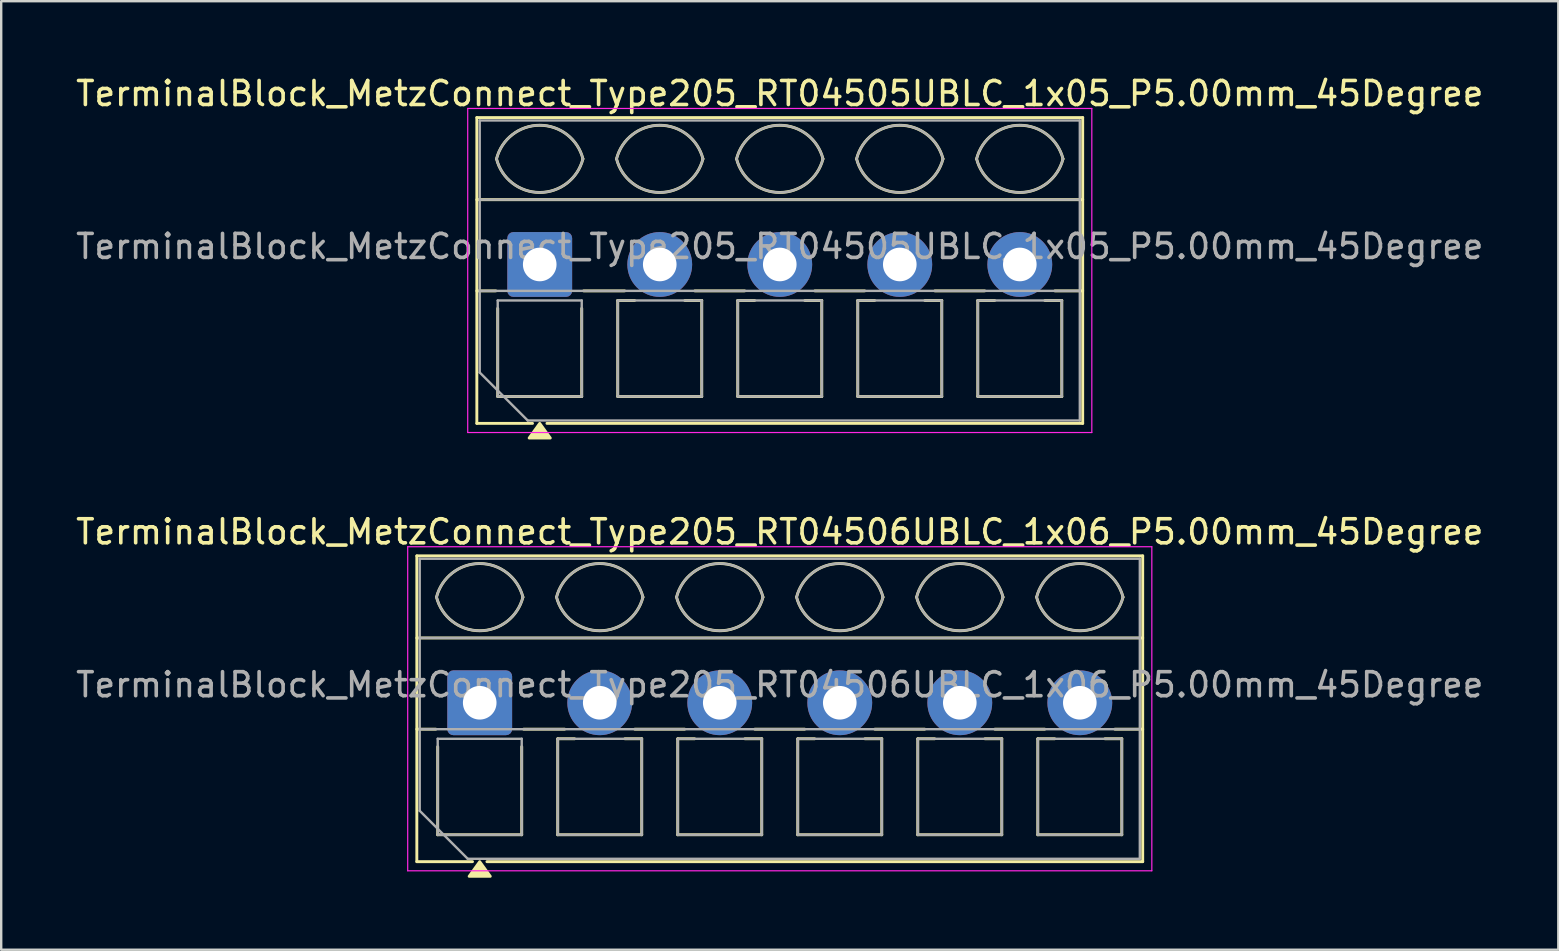
<source format=kicad_pcb>
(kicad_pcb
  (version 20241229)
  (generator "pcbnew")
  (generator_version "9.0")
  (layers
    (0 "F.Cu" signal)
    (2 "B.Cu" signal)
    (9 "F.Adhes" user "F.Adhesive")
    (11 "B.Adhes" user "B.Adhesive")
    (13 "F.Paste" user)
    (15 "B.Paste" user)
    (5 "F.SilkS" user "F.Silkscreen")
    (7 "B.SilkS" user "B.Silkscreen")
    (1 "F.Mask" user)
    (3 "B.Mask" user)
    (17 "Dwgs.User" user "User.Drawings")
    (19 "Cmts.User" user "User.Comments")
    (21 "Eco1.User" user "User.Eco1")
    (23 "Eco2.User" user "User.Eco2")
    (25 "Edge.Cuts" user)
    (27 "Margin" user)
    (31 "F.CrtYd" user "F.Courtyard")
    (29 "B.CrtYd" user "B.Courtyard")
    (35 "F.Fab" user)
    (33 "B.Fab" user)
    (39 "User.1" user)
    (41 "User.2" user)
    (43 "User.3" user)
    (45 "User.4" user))
  (footprint "TerminalBlock_MetzConnect_Type205_RT04506UBLC_1x06_P5.00mm_45Degree"
    (layer "F.Cu")
    (at 16.935 26.227)
    (property "Reference" "TerminalBlock_MetzConnect_Type205_RT04506UBLC_1x06_P5.00mm_45Degree" (at 12.5 -7.12 0) (layer "F.SilkS") (effects (font (size 1 1) (thickness 0.15))))
    (attr through_hole)
    (fp_line (start -2.62 -6.12) (end 27.62 -6.12) (stroke (width 0.12) (type solid)) (layer "F.SilkS"))
    (fp_line (start -2.62 -2.7) (end 27.62 -2.7) (stroke (width 0.12) (type solid)) (layer "F.SilkS"))
    (fp_line (start -2.62 1.1) (end -1.83 1.1) (stroke (width 0.12) (type solid)) (layer "F.SilkS"))
    (fp_line (start -2.62 6.62) (end -2.62 -6.12) (stroke (width 0.12) (type solid)) (layer "F.SilkS"))
    (fp_line (start -1.75 5.5) (end -1.75 1.83) (stroke (width 0.12) (type solid)) (layer "F.SilkS"))
    (fp_line (start -0.3 6.62) (end -2.62 6.62) (stroke (width 0.12) (type solid)) (layer "F.SilkS"))
    (fp_line (start 1.75 1.83) (end 1.75 5.5) (stroke (width 0.12) (type solid)) (layer "F.SilkS"))
    (fp_line (start 1.75 5.5) (end -1.75 5.5) (stroke (width 0.12) (type solid)) (layer "F.SilkS"))
    (fp_line (start 1.83 1.1) (end 3.538 1.1) (stroke (width 0.12) (type solid)) (layer "F.SilkS"))
    (fp_line (start 3.25 1.5) (end 3.952 1.5) (stroke (width 0.12) (type solid)) (layer "F.SilkS"))
    (fp_line (start 3.25 5.5) (end 3.25 1.5) (stroke (width 0.12) (type solid)) (layer "F.SilkS"))
    (fp_line (start 6.048 1.5) (end 6.75 1.5) (stroke (width 0.12) (type solid)) (layer "F.SilkS"))
    (fp_line (start 6.462 1.1) (end 8.538 1.1) (stroke (width 0.12) (type solid)) (layer "F.SilkS"))
    (fp_line (start 6.75 1.5) (end 6.75 5.5) (stroke (width 0.12) (type solid)) (layer "F.SilkS"))
    (fp_line (start 6.75 5.5) (end 3.25 5.5) (stroke (width 0.12) (type solid)) (layer "F.SilkS"))
    (fp_line (start 8.25 1.5) (end 8.952 1.5) (stroke (width 0.12) (type solid)) (layer "F.SilkS"))
    (fp_line (start 8.25 5.5) (end 8.25 1.5) (stroke (width 0.12) (type solid)) (layer "F.SilkS"))
    (fp_line (start 11.048 1.5) (end 11.75 1.5) (stroke (width 0.12) (type solid)) (layer "F.SilkS"))
    (fp_line (start 11.462 1.1) (end 13.538 1.1) (stroke (width 0.12) (type solid)) (layer "F.SilkS"))
    (fp_line (start 11.75 1.5) (end 11.75 5.5) (stroke (width 0.12) (type solid)) (layer "F.SilkS"))
    (fp_line (start 11.75 5.5) (end 8.25 5.5) (stroke (width 0.12) (type solid)) (layer "F.SilkS"))
    (fp_line (start 13.25 1.5) (end 13.952 1.5) (stroke (width 0.12) (type solid)) (layer "F.SilkS"))
    (fp_line (start 13.25 5.5) (end 13.25 1.5) (stroke (width 0.12) (type solid)) (layer "F.SilkS"))
    (fp_line (start 16.048 1.5) (end 16.75 1.5) (stroke (width 0.12) (type solid)) (layer "F.SilkS"))
    (fp_line (start 16.462 1.1) (end 18.538 1.1) (stroke (width 0.12) (type solid)) (layer "F.SilkS"))
    (fp_line (start 16.75 1.5) (end 16.75 5.5) (stroke (width 0.12) (type solid)) (layer "F.SilkS"))
    (fp_line (start 16.75 5.5) (end 13.25 5.5) (stroke (width 0.12) (type solid)) (layer "F.SilkS"))
    (fp_line (start 18.25 1.5) (end 18.952 1.5) (stroke (width 0.12) (type solid)) (layer "F.SilkS"))
    (fp_line (start 18.25 5.5) (end 18.25 1.5) (stroke (width 0.12) (type solid)) (layer "F.SilkS"))
    (fp_line (start 21.048 1.5) (end 21.75 1.5) (stroke (width 0.12) (type solid)) (layer "F.SilkS"))
    (fp_line (start 21.462 1.1) (end 23.538 1.1) (stroke (width 0.12) (type solid)) (layer "F.SilkS"))
    (fp_line (start 21.75 1.5) (end 21.75 5.5) (stroke (width 0.12) (type solid)) (layer "F.SilkS"))
    (fp_line (start 21.75 5.5) (end 18.25 5.5) (stroke (width 0.12) (type solid)) (layer "F.SilkS"))
    (fp_line (start 23.25 1.5) (end 23.952 1.5) (stroke (width 0.12) (type solid)) (layer "F.SilkS"))
    (fp_line (start 23.25 5.5) (end 23.25 1.5) (stroke (width 0.12) (type solid)) (layer "F.SilkS"))
    (fp_line (start 26.048 1.5) (end 26.75 1.5) (stroke (width 0.12) (type solid)) (layer "F.SilkS"))
    (fp_line (start 26.462 1.1) (end 27.62 1.1) (stroke (width 0.12) (type solid)) (layer "F.SilkS"))
    (fp_line (start 26.75 1.5) (end 26.75 5.5) (stroke (width 0.12) (type solid)) (layer "F.SilkS"))
    (fp_line (start 26.75 5.5) (end 23.25 5.5) (stroke (width 0.12) (type solid)) (layer "F.SilkS"))
    (fp_line (start 27.62 -6.12) (end 27.62 6.62) (stroke (width 0.12) (type solid)) (layer "F.SilkS"))
    (fp_line (start 27.62 6.62) (end 0.3 6.62) (stroke (width 0.12) (type solid)) (layer "F.SilkS"))
    (fp_arc (start -1.8 -4.4) (mid 0 -5.8) (end 1.8 -4.4) (stroke (width 0.12) (type solid)) (layer "F.SilkS"))
    (fp_arc (start 1.8 -4.4) (mid 0 -3) (end -1.8 -4.4) (stroke (width 0.12) (type solid)) (layer "F.SilkS"))
    (fp_arc (start 3.2 -4.4) (mid 5 -5.8) (end 6.8 -4.4) (stroke (width 0.12) (type solid)) (layer "F.SilkS"))
    (fp_arc (start 6.8 -4.4) (mid 5 -3) (end 3.2 -4.4) (stroke (width 0.12) (type solid)) (layer "F.SilkS"))
    (fp_arc (start 8.2 -4.4) (mid 10 -5.8) (end 11.8 -4.4) (stroke (width 0.12) (type solid)) (layer "F.SilkS"))
    (fp_arc (start 11.8 -4.4) (mid 10 -3) (end 8.2 -4.4) (stroke (width 0.12) (type solid)) (layer "F.SilkS"))
    (fp_arc (start 13.2 -4.4) (mid 15 -5.8) (end 16.8 -4.4) (stroke (width 0.12) (type solid)) (layer "F.SilkS"))
    (fp_arc (start 16.8 -4.4) (mid 15 -3) (end 13.2 -4.4) (stroke (width 0.12) (type solid)) (layer "F.SilkS"))
    (fp_arc (start 18.2 -4.4) (mid 20 -5.8) (end 21.8 -4.4) (stroke (width 0.12) (type solid)) (layer "F.SilkS"))
    (fp_arc (start 21.8 -4.4) (mid 20 -3) (end 18.2 -4.4) (stroke (width 0.12) (type solid)) (layer "F.SilkS"))
    (fp_arc (start 23.2 -4.4) (mid 25 -5.8) (end 26.8 -4.4) (stroke (width 0.12) (type solid)) (layer "F.SilkS"))
    (fp_arc (start 26.8 -4.4) (mid 25 -3) (end 23.2 -4.4) (stroke (width 0.12) (type solid)) (layer "F.SilkS"))
    (fp_poly (pts (xy 0 6.62) (xy 0.44 7.23) (xy -0.44 7.23)) (stroke (width 0.12) (type solid)) (fill yes) (layer "F.SilkS"))
    (fp_line (start -3 -6.5) (end -3 7) (stroke (width 0.05) (type solid)) (layer "F.CrtYd"))
    (fp_line (start -3 7) (end 28 7) (stroke (width 0.05) (type solid)) (layer "F.CrtYd"))
    (fp_line (start 28 -6.5) (end -3 -6.5) (stroke (width 0.05) (type solid)) (layer "F.CrtYd"))
    (fp_line (start 28 7) (end 28 -6.5) (stroke (width 0.05) (type solid)) (layer "F.CrtYd"))
    (fp_line (start -2.5 -6) (end 27.5 -6) (stroke (width 0.1) (type solid)) (layer "F.Fab"))
    (fp_line (start -2.5 -2.7) (end 27.5 -2.7) (stroke (width 0.1) (type solid)) (layer "F.Fab"))
    (fp_line (start -2.5 1.1) (end 27.5 1.1) (stroke (width 0.1) (type solid)) (layer "F.Fab"))
    (fp_line (start -2.5 4.5) (end -2.5 -6) (stroke (width 0.1) (type solid)) (layer "F.Fab"))
    (fp_line (start -1.75 1.5) (end -1.75 5.5) (stroke (width 0.1) (type solid)) (layer "F.Fab"))
    (fp_line (start -1.75 5.5) (end 1.75 5.5) (stroke (width 0.1) (type solid)) (layer "F.Fab"))
    (fp_line (start -0.5 6.5) (end -2.5 4.5) (stroke (width 0.1) (type solid)) (layer "F.Fab"))
    (fp_line (start 1.75 1.5) (end -1.75 1.5) (stroke (width 0.1) (type solid)) (layer "F.Fab"))
    (fp_line (start 1.75 5.5) (end 1.75 1.5) (stroke (width 0.1) (type solid)) (layer "F.Fab"))
    (fp_line (start 3.25 1.5) (end 3.25 5.5) (stroke (width 0.1) (type solid)) (layer "F.Fab"))
    (fp_line (start 3.25 5.5) (end 6.75 5.5) (stroke (width 0.1) (type solid)) (layer "F.Fab"))
    (fp_line (start 6.75 1.5) (end 3.25 1.5) (stroke (width 0.1) (type solid)) (layer "F.Fab"))
    (fp_line (start 6.75 5.5) (end 6.75 1.5) (stroke (width 0.1) (type solid)) (layer "F.Fab"))
    (fp_line (start 8.25 1.5) (end 8.25 5.5) (stroke (width 0.1) (type solid)) (layer "F.Fab"))
    (fp_line (start 8.25 5.5) (end 11.75 5.5) (stroke (width 0.1) (type solid)) (layer "F.Fab"))
    (fp_line (start 11.75 1.5) (end 8.25 1.5) (stroke (width 0.1) (type solid)) (layer "F.Fab"))
    (fp_line (start 11.75 5.5) (end 11.75 1.5) (stroke (width 0.1) (type solid)) (layer "F.Fab"))
    (fp_line (start 13.25 1.5) (end 13.25 5.5) (stroke (width 0.1) (type solid)) (layer "F.Fab"))
    (fp_line (start 13.25 5.5) (end 16.75 5.5) (stroke (width 0.1) (type solid)) (layer "F.Fab"))
    (fp_line (start 16.75 1.5) (end 13.25 1.5) (stroke (width 0.1) (type solid)) (layer "F.Fab"))
    (fp_line (start 16.75 5.5) (end 16.75 1.5) (stroke (width 0.1) (type solid)) (layer "F.Fab"))
    (fp_line (start 18.25 1.5) (end 18.25 5.5) (stroke (width 0.1) (type solid)) (layer "F.Fab"))
    (fp_line (start 18.25 5.5) (end 21.75 5.5) (stroke (width 0.1) (type solid)) (layer "F.Fab"))
    (fp_line (start 21.75 1.5) (end 18.25 1.5) (stroke (width 0.1) (type solid)) (layer "F.Fab"))
    (fp_line (start 21.75 5.5) (end 21.75 1.5) (stroke (width 0.1) (type solid)) (layer "F.Fab"))
    (fp_line (start 23.25 1.5) (end 23.25 5.5) (stroke (width 0.1) (type solid)) (layer "F.Fab"))
    (fp_line (start 23.25 5.5) (end 26.75 5.5) (stroke (width 0.1) (type solid)) (layer "F.Fab"))
    (fp_line (start 26.75 1.5) (end 23.25 1.5) (stroke (width 0.1) (type solid)) (layer "F.Fab"))
    (fp_line (start 26.75 5.5) (end 26.75 1.5) (stroke (width 0.1) (type solid)) (layer "F.Fab"))
    (fp_line (start 27.5 -6) (end 27.5 6.5) (stroke (width 0.1) (type solid)) (layer "F.Fab"))
    (fp_line (start 27.5 6.5) (end -0.5 6.5) (stroke (width 0.1) (type solid)) (layer "F.Fab"))
    (fp_arc (start -1.8 -4.4) (mid 0 -5.8) (end 1.8 -4.4) (stroke (width 0.1) (type solid)) (layer "F.Fab"))
    (fp_arc (start 1.8 -4.4) (mid 0 -3) (end -1.8 -4.4) (stroke (width 0.1) (type solid)) (layer "F.Fab"))
    (fp_arc (start 3.2 -4.4) (mid 5 -5.8) (end 6.8 -4.4) (stroke (width 0.1) (type solid)) (layer "F.Fab"))
    (fp_arc (start 6.8 -4.4) (mid 5 -3) (end 3.2 -4.4) (stroke (width 0.1) (type solid)) (layer "F.Fab"))
    (fp_arc (start 8.2 -4.4) (mid 10 -5.8) (end 11.8 -4.4) (stroke (width 0.1) (type solid)) (layer "F.Fab"))
    (fp_arc (start 11.8 -4.4) (mid 10 -3) (end 8.2 -4.4) (stroke (width 0.1) (type solid)) (layer "F.Fab"))
    (fp_arc (start 13.2 -4.4) (mid 15 -5.8) (end 16.8 -4.4) (stroke (width 0.1) (type solid)) (layer "F.Fab"))
    (fp_arc (start 16.8 -4.4) (mid 15 -3) (end 13.2 -4.4) (stroke (width 0.1) (type solid)) (layer "F.Fab"))
    (fp_arc (start 18.2 -4.4) (mid 20 -5.8) (end 21.8 -4.4) (stroke (width 0.1) (type solid)) (layer "F.Fab"))
    (fp_arc (start 21.8 -4.4) (mid 20 -3) (end 18.2 -4.4) (stroke (width 0.1) (type solid)) (layer "F.Fab"))
    (fp_arc (start 23.2 -4.4) (mid 25 -5.8) (end 26.8 -4.4) (stroke (width 0.1) (type solid)) (layer "F.Fab"))
    (fp_arc (start 26.8 -4.4) (mid 25 -3) (end 23.2 -4.4) (stroke (width 0.1) (type solid)) (layer "F.Fab"))
    (fp_text user "${REFERENCE}" (at 12.5 -0.75 0) (layer "F.Fab") (effects (font (size 1 1) (thickness 0.15))))
    (pad "1" thru_hole roundrect (at 0 0) (size 2.7 2.7) (drill 1.4) (layers "*.Cu" "*.Mask") (roundrect_rratio 0.093))
    (pad "2" thru_hole circle (at 5 0) (size 2.7 2.7) (drill 1.4) (layers "*.Cu" "*.Mask"))
    (pad "3" thru_hole circle (at 10 0) (size 2.7 2.7) (drill 1.4) (layers "*.Cu" "*.Mask"))
    (pad "4" thru_hole circle (at 15 0) (size 2.7 2.7) (drill 1.4) (layers "*.Cu" "*.Mask"))
    (pad "5" thru_hole circle (at 20 0) (size 2.7 2.7) (drill 1.4) (layers "*.Cu" "*.Mask"))
    (pad "6" thru_hole circle (at 25 0) (size 2.7 2.7) (drill 1.4) (layers "*.Cu" "*.Mask")))
  (footprint "TerminalBlock_MetzConnect_Type205_RT04505UBLC_1x05_P5.00mm_45Degree"
    (layer "F.Cu")
    (at 19.435 7.968)
    (property "Reference" "TerminalBlock_MetzConnect_Type205_RT04505UBLC_1x05_P5.00mm_45Degree" (at 10 -7.12 0) (layer "F.SilkS") (effects (font (size 1 1) (thickness 0.15))))
    (attr through_hole)
    (fp_line (start -2.62 -6.12) (end 22.62 -6.12) (stroke (width 0.12) (type solid)) (layer "F.SilkS"))
    (fp_line (start -2.62 -2.7) (end 22.62 -2.7) (stroke (width 0.12) (type solid)) (layer "F.SilkS"))
    (fp_line (start -2.62 1.1) (end -1.83 1.1) (stroke (width 0.12) (type solid)) (layer "F.SilkS"))
    (fp_line (start -2.62 6.62) (end -2.62 -6.12) (stroke (width 0.12) (type solid)) (layer "F.SilkS"))
    (fp_line (start -1.75 5.5) (end -1.75 1.83) (stroke (width 0.12) (type solid)) (layer "F.SilkS"))
    (fp_line (start -0.3 6.62) (end -2.62 6.62) (stroke (width 0.12) (type solid)) (layer "F.SilkS"))
    (fp_line (start 1.75 1.83) (end 1.75 5.5) (stroke (width 0.12) (type solid)) (layer "F.SilkS"))
    (fp_line (start 1.75 5.5) (end -1.75 5.5) (stroke (width 0.12) (type solid)) (layer "F.SilkS"))
    (fp_line (start 1.83 1.1) (end 3.538 1.1) (stroke (width 0.12) (type solid)) (layer "F.SilkS"))
    (fp_line (start 3.25 1.5) (end 3.952 1.5) (stroke (width 0.12) (type solid)) (layer "F.SilkS"))
    (fp_line (start 3.25 5.5) (end 3.25 1.5) (stroke (width 0.12) (type solid)) (layer "F.SilkS"))
    (fp_line (start 6.048 1.5) (end 6.75 1.5) (stroke (width 0.12) (type solid)) (layer "F.SilkS"))
    (fp_line (start 6.462 1.1) (end 8.538 1.1) (stroke (width 0.12) (type solid)) (layer "F.SilkS"))
    (fp_line (start 6.75 1.5) (end 6.75 5.5) (stroke (width 0.12) (type solid)) (layer "F.SilkS"))
    (fp_line (start 6.75 5.5) (end 3.25 5.5) (stroke (width 0.12) (type solid)) (layer "F.SilkS"))
    (fp_line (start 8.25 1.5) (end 8.952 1.5) (stroke (width 0.12) (type solid)) (layer "F.SilkS"))
    (fp_line (start 8.25 5.5) (end 8.25 1.5) (stroke (width 0.12) (type solid)) (layer "F.SilkS"))
    (fp_line (start 11.048 1.5) (end 11.75 1.5) (stroke (width 0.12) (type solid)) (layer "F.SilkS"))
    (fp_line (start 11.462 1.1) (end 13.538 1.1) (stroke (width 0.12) (type solid)) (layer "F.SilkS"))
    (fp_line (start 11.75 1.5) (end 11.75 5.5) (stroke (width 0.12) (type solid)) (layer "F.SilkS"))
    (fp_line (start 11.75 5.5) (end 8.25 5.5) (stroke (width 0.12) (type solid)) (layer "F.SilkS"))
    (fp_line (start 13.25 1.5) (end 13.952 1.5) (stroke (width 0.12) (type solid)) (layer "F.SilkS"))
    (fp_line (start 13.25 5.5) (end 13.25 1.5) (stroke (width 0.12) (type solid)) (layer "F.SilkS"))
    (fp_line (start 16.048 1.5) (end 16.75 1.5) (stroke (width 0.12) (type solid)) (layer "F.SilkS"))
    (fp_line (start 16.462 1.1) (end 18.538 1.1) (stroke (width 0.12) (type solid)) (layer "F.SilkS"))
    (fp_line (start 16.75 1.5) (end 16.75 5.5) (stroke (width 0.12) (type solid)) (layer "F.SilkS"))
    (fp_line (start 16.75 5.5) (end 13.25 5.5) (stroke (width 0.12) (type solid)) (layer "F.SilkS"))
    (fp_line (start 18.25 1.5) (end 18.952 1.5) (stroke (width 0.12) (type solid)) (layer "F.SilkS"))
    (fp_line (start 18.25 5.5) (end 18.25 1.5) (stroke (width 0.12) (type solid)) (layer "F.SilkS"))
    (fp_line (start 21.048 1.5) (end 21.75 1.5) (stroke (width 0.12) (type solid)) (layer "F.SilkS"))
    (fp_line (start 21.462 1.1) (end 22.62 1.1) (stroke (width 0.12) (type solid)) (layer "F.SilkS"))
    (fp_line (start 21.75 1.5) (end 21.75 5.5) (stroke (width 0.12) (type solid)) (layer "F.SilkS"))
    (fp_line (start 21.75 5.5) (end 18.25 5.5) (stroke (width 0.12) (type solid)) (layer "F.SilkS"))
    (fp_line (start 22.62 -6.12) (end 22.62 6.62) (stroke (width 0.12) (type solid)) (layer "F.SilkS"))
    (fp_line (start 22.62 6.62) (end 0.3 6.62) (stroke (width 0.12) (type solid)) (layer "F.SilkS"))
    (fp_arc (start -1.8 -4.4) (mid 0 -5.8) (end 1.8 -4.4) (stroke (width 0.12) (type solid)) (layer "F.SilkS"))
    (fp_arc (start 1.8 -4.4) (mid 0 -3) (end -1.8 -4.4) (stroke (width 0.12) (type solid)) (layer "F.SilkS"))
    (fp_arc (start 3.2 -4.4) (mid 5 -5.8) (end 6.8 -4.4) (stroke (width 0.12) (type solid)) (layer "F.SilkS"))
    (fp_arc (start 6.8 -4.4) (mid 5 -3) (end 3.2 -4.4) (stroke (width 0.12) (type solid)) (layer "F.SilkS"))
    (fp_arc (start 8.2 -4.4) (mid 10 -5.8) (end 11.8 -4.4) (stroke (width 0.12) (type solid)) (layer "F.SilkS"))
    (fp_arc (start 11.8 -4.4) (mid 10 -3) (end 8.2 -4.4) (stroke (width 0.12) (type solid)) (layer "F.SilkS"))
    (fp_arc (start 13.2 -4.4) (mid 15 -5.8) (end 16.8 -4.4) (stroke (width 0.12) (type solid)) (layer "F.SilkS"))
    (fp_arc (start 16.8 -4.4) (mid 15 -3) (end 13.2 -4.4) (stroke (width 0.12) (type solid)) (layer "F.SilkS"))
    (fp_arc (start 18.2 -4.4) (mid 20 -5.8) (end 21.8 -4.4) (stroke (width 0.12) (type solid)) (layer "F.SilkS"))
    (fp_arc (start 21.8 -4.4) (mid 20 -3) (end 18.2 -4.4) (stroke (width 0.12) (type solid)) (layer "F.SilkS"))
    (fp_poly (pts (xy 0 6.62) (xy 0.44 7.23) (xy -0.44 7.23)) (stroke (width 0.12) (type solid)) (fill yes) (layer "F.SilkS"))
    (fp_line (start -3 -6.5) (end -3 7) (stroke (width 0.05) (type solid)) (layer "F.CrtYd"))
    (fp_line (start -3 7) (end 23 7) (stroke (width 0.05) (type solid)) (layer "F.CrtYd"))
    (fp_line (start 23 -6.5) (end -3 -6.5) (stroke (width 0.05) (type solid)) (layer "F.CrtYd"))
    (fp_line (start 23 7) (end 23 -6.5) (stroke (width 0.05) (type solid)) (layer "F.CrtYd"))
    (fp_line (start -2.5 -6) (end 22.5 -6) (stroke (width 0.1) (type solid)) (layer "F.Fab"))
    (fp_line (start -2.5 -2.7) (end 22.5 -2.7) (stroke (width 0.1) (type solid)) (layer "F.Fab"))
    (fp_line (start -2.5 1.1) (end 22.5 1.1) (stroke (width 0.1) (type solid)) (layer "F.Fab"))
    (fp_line (start -2.5 4.5) (end -2.5 -6) (stroke (width 0.1) (type solid)) (layer "F.Fab"))
    (fp_line (start -1.75 1.5) (end -1.75 5.5) (stroke (width 0.1) (type solid)) (layer "F.Fab"))
    (fp_line (start -1.75 5.5) (end 1.75 5.5) (stroke (width 0.1) (type solid)) (layer "F.Fab"))
    (fp_line (start -0.5 6.5) (end -2.5 4.5) (stroke (width 0.1) (type solid)) (layer "F.Fab"))
    (fp_line (start 1.75 1.5) (end -1.75 1.5) (stroke (width 0.1) (type solid)) (layer "F.Fab"))
    (fp_line (start 1.75 5.5) (end 1.75 1.5) (stroke (width 0.1) (type solid)) (layer "F.Fab"))
    (fp_line (start 3.25 1.5) (end 3.25 5.5) (stroke (width 0.1) (type solid)) (layer "F.Fab"))
    (fp_line (start 3.25 5.5) (end 6.75 5.5) (stroke (width 0.1) (type solid)) (layer "F.Fab"))
    (fp_line (start 6.75 1.5) (end 3.25 1.5) (stroke (width 0.1) (type solid)) (layer "F.Fab"))
    (fp_line (start 6.75 5.5) (end 6.75 1.5) (stroke (width 0.1) (type solid)) (layer "F.Fab"))
    (fp_line (start 8.25 1.5) (end 8.25 5.5) (stroke (width 0.1) (type solid)) (layer "F.Fab"))
    (fp_line (start 8.25 5.5) (end 11.75 5.5) (stroke (width 0.1) (type solid)) (layer "F.Fab"))
    (fp_line (start 11.75 1.5) (end 8.25 1.5) (stroke (width 0.1) (type solid)) (layer "F.Fab"))
    (fp_line (start 11.75 5.5) (end 11.75 1.5) (stroke (width 0.1) (type solid)) (layer "F.Fab"))
    (fp_line (start 13.25 1.5) (end 13.25 5.5) (stroke (width 0.1) (type solid)) (layer "F.Fab"))
    (fp_line (start 13.25 5.5) (end 16.75 5.5) (stroke (width 0.1) (type solid)) (layer "F.Fab"))
    (fp_line (start 16.75 1.5) (end 13.25 1.5) (stroke (width 0.1) (type solid)) (layer "F.Fab"))
    (fp_line (start 16.75 5.5) (end 16.75 1.5) (stroke (width 0.1) (type solid)) (layer "F.Fab"))
    (fp_line (start 18.25 1.5) (end 18.25 5.5) (stroke (width 0.1) (type solid)) (layer "F.Fab"))
    (fp_line (start 18.25 5.5) (end 21.75 5.5) (stroke (width 0.1) (type solid)) (layer "F.Fab"))
    (fp_line (start 21.75 1.5) (end 18.25 1.5) (stroke (width 0.1) (type solid)) (layer "F.Fab"))
    (fp_line (start 21.75 5.5) (end 21.75 1.5) (stroke (width 0.1) (type solid)) (layer "F.Fab"))
    (fp_line (start 22.5 -6) (end 22.5 6.5) (stroke (width 0.1) (type solid)) (layer "F.Fab"))
    (fp_line (start 22.5 6.5) (end -0.5 6.5) (stroke (width 0.1) (type solid)) (layer "F.Fab"))
    (fp_arc (start -1.8 -4.4) (mid 0 -5.8) (end 1.8 -4.4) (stroke (width 0.1) (type solid)) (layer "F.Fab"))
    (fp_arc (start 1.8 -4.4) (mid 0 -3) (end -1.8 -4.4) (stroke (width 0.1) (type solid)) (layer "F.Fab"))
    (fp_arc (start 3.2 -4.4) (mid 5 -5.8) (end 6.8 -4.4) (stroke (width 0.1) (type solid)) (layer "F.Fab"))
    (fp_arc (start 6.8 -4.4) (mid 5 -3) (end 3.2 -4.4) (stroke (width 0.1) (type solid)) (layer "F.Fab"))
    (fp_arc (start 8.2 -4.4) (mid 10 -5.8) (end 11.8 -4.4) (stroke (width 0.1) (type solid)) (layer "F.Fab"))
    (fp_arc (start 11.8 -4.4) (mid 10 -3) (end 8.2 -4.4) (stroke (width 0.1) (type solid)) (layer "F.Fab"))
    (fp_arc (start 13.2 -4.4) (mid 15 -5.8) (end 16.8 -4.4) (stroke (width 0.1) (type solid)) (layer "F.Fab"))
    (fp_arc (start 16.8 -4.4) (mid 15 -3) (end 13.2 -4.4) (stroke (width 0.1) (type solid)) (layer "F.Fab"))
    (fp_arc (start 18.2 -4.4) (mid 20 -5.8) (end 21.8 -4.4) (stroke (width 0.1) (type solid)) (layer "F.Fab"))
    (fp_arc (start 21.8 -4.4) (mid 20 -3) (end 18.2 -4.4) (stroke (width 0.1) (type solid)) (layer "F.Fab"))
    (fp_text user "${REFERENCE}" (at 10 -0.75 0) (layer "F.Fab") (effects (font (size 1 1) (thickness 0.15))))
    (pad "1" thru_hole roundrect (at 0 0) (size 2.7 2.7) (drill 1.4) (layers "*.Cu" "*.Mask") (roundrect_rratio 0.093))
    (pad "2" thru_hole circle (at 5 0) (size 2.7 2.7) (drill 1.4) (layers "*.Cu" "*.Mask"))
    (pad "3" thru_hole circle (at 10 0) (size 2.7 2.7) (drill 1.4) (layers "*.Cu" "*.Mask"))
    (pad "4" thru_hole circle (at 15 0) (size 2.7 2.7) (drill 1.4) (layers "*.Cu" "*.Mask"))
    (pad "5" thru_hole circle (at 20 0) (size 2.7 2.7) (drill 1.4) (layers "*.Cu" "*.Mask")))
  (gr_rect
    (start -3 -3)
    (end 61.869 36.517)
    (stroke (width 0.1) (type default))
    (fill no)
    (layer "Edge.Cuts")))
</source>
